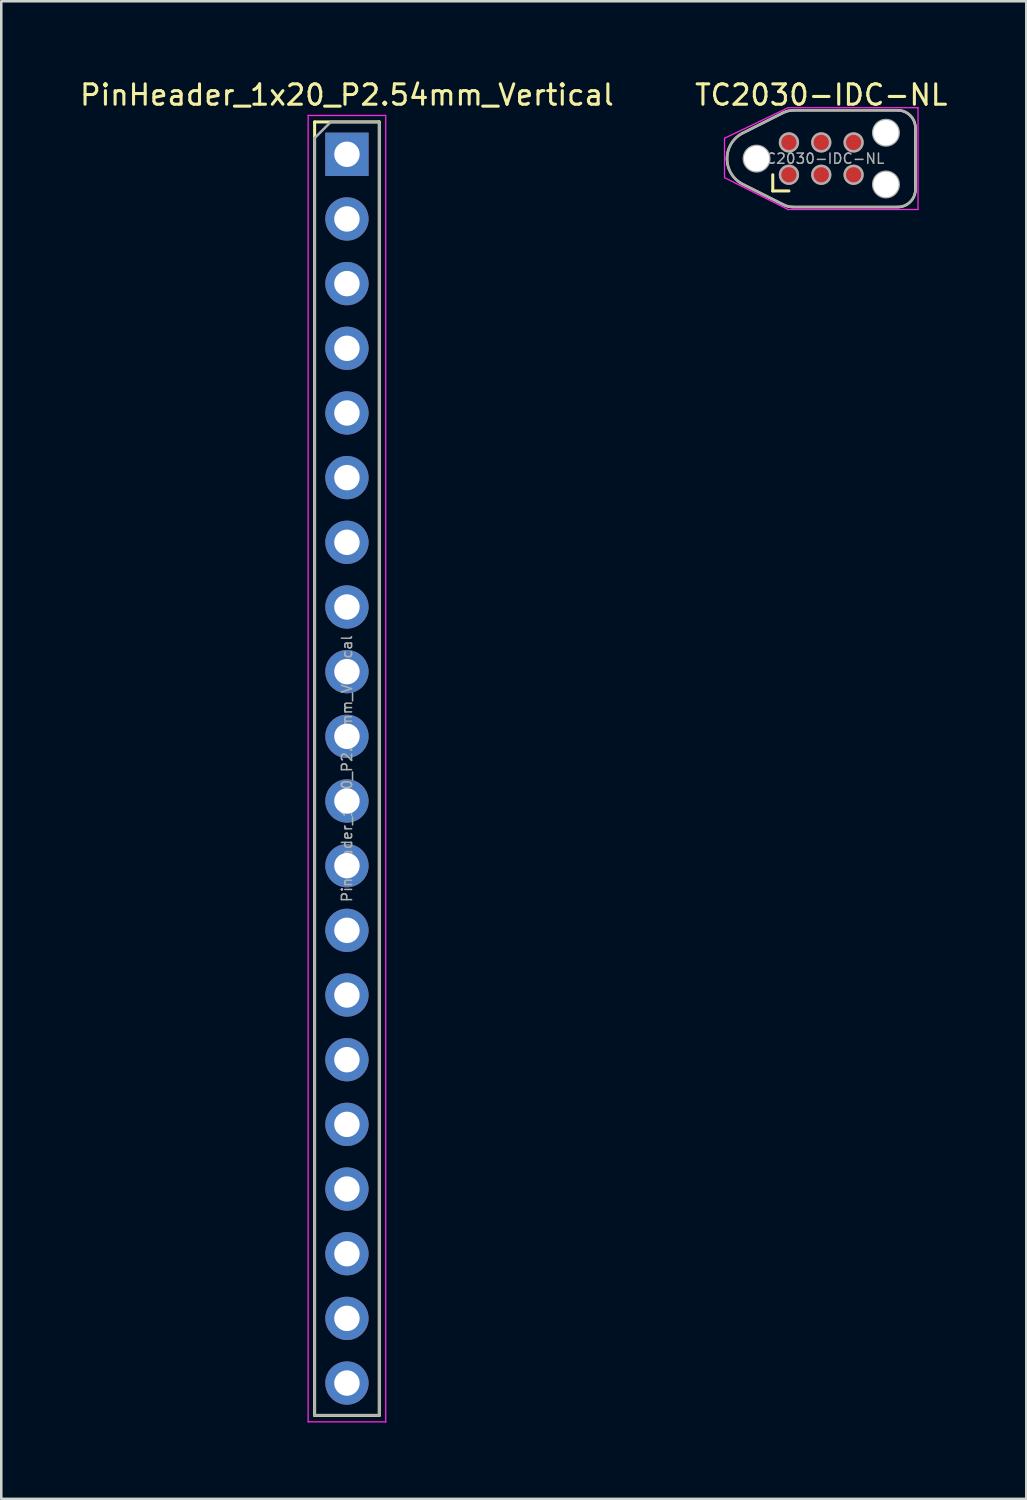
<source format=kicad_pcb>
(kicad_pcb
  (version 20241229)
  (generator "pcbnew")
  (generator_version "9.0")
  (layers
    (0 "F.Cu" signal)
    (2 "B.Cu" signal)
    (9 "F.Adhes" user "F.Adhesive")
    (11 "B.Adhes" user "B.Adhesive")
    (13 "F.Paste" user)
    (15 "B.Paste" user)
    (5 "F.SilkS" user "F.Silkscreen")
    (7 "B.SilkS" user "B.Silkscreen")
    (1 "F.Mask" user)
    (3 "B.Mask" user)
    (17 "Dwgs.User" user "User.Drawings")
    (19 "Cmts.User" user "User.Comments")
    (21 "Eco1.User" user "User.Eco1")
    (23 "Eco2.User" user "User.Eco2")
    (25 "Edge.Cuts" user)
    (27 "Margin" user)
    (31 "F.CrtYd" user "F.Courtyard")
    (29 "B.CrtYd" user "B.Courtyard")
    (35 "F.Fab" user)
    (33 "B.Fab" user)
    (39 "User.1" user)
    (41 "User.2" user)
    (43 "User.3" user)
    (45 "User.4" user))
  (footprint "TC2030-IDC-NL"
    (layer "F.Cu")
    (at 29.205 3.179)
    (property "Reference" "TC2030-IDC-NL" (at 0 -2.5 0) (layer "F.SilkS") (effects (font (size 0.8 0.8) (thickness 0.12))))
    (attr exclude_from_pos_files exclude_from_bom)
    (fp_line (start -1.905 1.27) (end -1.905 0.635) (stroke (width 0.12) (type solid)) (layer "F.SilkS"))
    (fp_line (start -1.27 1.27) (end -1.905 1.27) (stroke (width 0.12) (type solid)) (layer "F.SilkS"))
    (fp_poly (pts (arc (start -3.702156 0.002644) (mid -3.538208 -0.582537) (end -3.094091 -0.997356)) (arc (start -1.502156 -1.797356) (mid -1.307645 -1.86931) (end -1.102156 -1.897356)) (arc (start 2.997844 -1.897356) (mid 3.492819 -1.692331) (end 3.697844 -1.197356)) (arc (start 3.697844 1.202644) (mid 3.49429 1.69909) (end 2.997844 1.902644)) (arc (start -1.102156 1.902644) (mid -1.308311 1.877265) (end -1.502156 1.802644)) (arc (start -3.094091 1.002644) (mid -3.538205 0.587823) (end -3.702156 0.002644))) (stroke (width 0.1) (type solid)) (fill no) (layer "F.SilkS"))
    (fp_line (start -3.8 -0.8) (end -1.3 -2) (stroke (width 0.05) (type solid)) (layer "F.CrtYd"))
    (fp_line (start -3.8 0.75) (end -3.8 -0.8) (stroke (width 0.05) (type solid)) (layer "F.CrtYd"))
    (fp_line (start -1.3 -2) (end 3.8 -2) (stroke (width 0.05) (type solid)) (layer "F.CrtYd"))
    (fp_line (start -1.3 2) (end -3.8 0.75) (stroke (width 0.05) (type solid)) (layer "F.CrtYd"))
    (fp_line (start 3.8 -2) (end 3.8 2) (stroke (width 0.05) (type solid)) (layer "F.CrtYd"))
    (fp_line (start 3.8 2) (end -1.3 2) (stroke (width 0.05) (type solid)) (layer "F.CrtYd"))
    (fp_line (start -3.092 1) (end -1.5 1.8) (stroke (width 0.1) (type solid)) (layer "F.Fab"))
    (fp_line (start -1.5 -1.8) (end -3.092 -1) (stroke (width 0.1) (type solid)) (layer "F.Fab"))
    (fp_line (start -1.1 -1.9) (end 3 -1.9) (stroke (width 0.1) (type solid)) (layer "F.Fab"))
    (fp_line (start -1.1 1.9) (end 3 1.9) (stroke (width 0.1) (type solid)) (layer "F.Fab"))
    (fp_line (start 3.7 1.2) (end 3.7 -1.2) (stroke (width 0.1) (type solid)) (layer "F.Fab"))
    (fp_arc (start -3.7 0) (mid -3.536051 -0.58518) (end -3.091935 -1) (stroke (width 0.1) (type solid)) (layer "F.Fab"))
    (fp_arc (start -3.091935 1) (mid -3.536051 0.58518) (end -3.7 0) (stroke (width 0.1) (type solid)) (layer "F.Fab"))
    (fp_arc (start -1.5 -1.8) (mid -1.305489 -1.871955) (end -1.1 -1.9) (stroke (width 0.1) (type solid)) (layer "F.Fab"))
    (fp_arc (start -1.1 1.9) (mid -1.306155 1.874621) (end -1.5 1.8) (stroke (width 0.1) (type solid)) (layer "F.Fab"))
    (fp_arc (start 3 -1.9) (mid 3.494975 -1.694975) (end 3.7 -1.2) (stroke (width 0.1) (type solid)) (layer "F.Fab"))
    (fp_arc (start 3.7 1.2) (mid 3.496447 1.696447) (end 3 1.9) (stroke (width 0.1) (type solid)) (layer "F.Fab"))
    (fp_circle (center -2.54 0) (end -2.04 0) (stroke (width 0.1) (type solid)) (fill no) (layer "F.Fab"))
    (fp_circle (center -1.27 -0.635) (end -0.92 -0.635) (stroke (width 0.1) (type solid)) (fill no) (layer "F.Fab"))
    (fp_circle (center -1.27 0.635) (end -0.92 0.635) (stroke (width 0.1) (type solid)) (fill no) (layer "F.Fab"))
    (fp_circle (center 0 -0.635) (end 0.35 -0.635) (stroke (width 0.1) (type solid)) (fill no) (layer "F.Fab"))
    (fp_circle (center 0 0.635) (end 0.35 0.635) (stroke (width 0.1) (type solid)) (fill no) (layer "F.Fab"))
    (fp_circle (center 1.27 -0.635) (end 1.62 -0.635) (stroke (width 0.1) (type solid)) (fill no) (layer "F.Fab"))
    (fp_circle (center 1.27 0.635) (end 1.62 0.635) (stroke (width 0.1) (type solid)) (fill no) (layer "F.Fab"))
    (fp_circle (center 2.54 -1.016) (end 3.04 -1.016) (stroke (width 0.1) (type solid)) (fill no) (layer "F.Fab"))
    (fp_circle (center 2.54 1.016) (end 3.04 1.016) (stroke (width 0.1) (type solid)) (fill no) (layer "F.Fab"))
    (fp_text user "${REFERENCE}" (at 0 0 0) (layer "F.Fab") (effects (font (size 0.4 0.4) (thickness 0.06))))
    (pad "" np_thru_hole circle (at -2.54 0) (size 1 1) (drill 1) (layers "*.Cu" "*.Mask"))
    (pad "" np_thru_hole circle (at 2.54 -1.016) (size 1 1) (drill 1) (layers "*.Cu" "*.Mask"))
    (pad "" np_thru_hole circle (at 2.54 1.016) (size 1 1) (drill 1) (layers "*.Cu" "*.Mask"))
    (pad "1" connect circle (at -1.27 0.635) (size 0.787 0.787) (layers "F.Cu" "F.Mask"))
    (pad "2" connect circle (at -1.27 -0.635) (size 0.787 0.787) (layers "F.Cu" "F.Mask"))
    (pad "3" connect circle (at 0 0.635) (size 0.787 0.787) (layers "F.Cu" "F.Mask"))
    (pad "4" connect circle (at 0 -0.635) (size 0.787 0.787) (layers "F.Cu" "F.Mask"))
    (pad "5" connect circle (at 1.27 0.635) (size 0.787 0.787) (layers "F.Cu" "F.Mask"))
    (pad "6" connect circle (at 1.27 -0.635) (size 0.787 0.787) (layers "F.Cu" "F.Mask")))
  (footprint "PinHeader_1x20_P2.54mm_Vertical"
    (layer "F.Cu")
    (at 10.576 3.009)
    (property "Reference" "PinHeader_1x20_P2.54mm_Vertical" (at 0 -2.33 0) (layer "F.SilkS") (effects (font (size 0.8 0.8) (thickness 0.12))))
    (attr through_hole)
    (fp_line (start -1.27 -1.27) (end -1.27 49.53) (stroke (width 0.12) (type solid)) (layer "F.SilkS"))
    (fp_line (start -1.27 -1.27) (end 1.27 -1.27) (stroke (width 0.12) (type solid)) (layer "F.SilkS"))
    (fp_line (start -1.27 49.53) (end 1.27 49.53) (stroke (width 0.12) (type solid)) (layer "F.SilkS"))
    (fp_line (start 1.27 -1.27) (end 1.27 49.53) (stroke (width 0.12) (type solid)) (layer "F.SilkS"))
    (fp_line (start -1.524 -1.524) (end -1.524 49.784) (stroke (width 0.05) (type solid)) (layer "F.CrtYd"))
    (fp_line (start -1.524 49.784) (end 1.524 49.784) (stroke (width 0.05) (type solid)) (layer "F.CrtYd"))
    (fp_line (start 1.524 -1.524) (end -1.524 -1.524) (stroke (width 0.05) (type solid)) (layer "F.CrtYd"))
    (fp_line (start 1.524 49.784) (end 1.524 -1.524) (stroke (width 0.05) (type solid)) (layer "F.CrtYd"))
    (fp_line (start -1.27 -0.635) (end -0.635 -1.27) (stroke (width 0.1) (type solid)) (layer "F.Fab"))
    (fp_line (start -1.27 49.53) (end -1.27 -0.635) (stroke (width 0.1) (type solid)) (layer "F.Fab"))
    (fp_line (start -0.635 -1.27) (end 1.27 -1.27) (stroke (width 0.1) (type solid)) (layer "F.Fab"))
    (fp_line (start 1.27 -1.27) (end 1.27 49.53) (stroke (width 0.1) (type solid)) (layer "F.Fab"))
    (fp_line (start 1.27 49.53) (end -1.27 49.53) (stroke (width 0.1) (type solid)) (layer "F.Fab"))
    (fp_text user "${REFERENCE}" (at 0 24.13 90) (layer "F.Fab") (effects (font (size 0.4 0.4) (thickness 0.06))))
    (pad "1" thru_hole rect (at 0 0) (size 1.7 1.7) (drill 1) (layers "*.Cu" "*.Mask"))
    (pad "2" thru_hole oval (at 0 2.54) (size 1.7 1.7) (drill 1) (layers "*.Cu" "*.Mask"))
    (pad "3" thru_hole oval (at 0 5.08) (size 1.7 1.7) (drill 1) (layers "*.Cu" "*.Mask"))
    (pad "4" thru_hole oval (at 0 7.62) (size 1.7 1.7) (drill 1) (layers "*.Cu" "*.Mask"))
    (pad "5" thru_hole oval (at 0 10.16) (size 1.7 1.7) (drill 1) (layers "*.Cu" "*.Mask"))
    (pad "6" thru_hole oval (at 0 12.7) (size 1.7 1.7) (drill 1) (layers "*.Cu" "*.Mask"))
    (pad "7" thru_hole oval (at 0 15.24) (size 1.7 1.7) (drill 1) (layers "*.Cu" "*.Mask"))
    (pad "8" thru_hole oval (at 0 17.78) (size 1.7 1.7) (drill 1) (layers "*.Cu" "*.Mask"))
    (pad "9" thru_hole oval (at 0 20.32) (size 1.7 1.7) (drill 1) (layers "*.Cu" "*.Mask"))
    (pad "10" thru_hole oval (at 0 22.86) (size 1.7 1.7) (drill 1) (layers "*.Cu" "*.Mask"))
    (pad "11" thru_hole oval (at 0 25.4) (size 1.7 1.7) (drill 1) (layers "*.Cu" "*.Mask"))
    (pad "12" thru_hole oval (at 0 27.94) (size 1.7 1.7) (drill 1) (layers "*.Cu" "*.Mask"))
    (pad "13" thru_hole oval (at 0 30.48) (size 1.7 1.7) (drill 1) (layers "*.Cu" "*.Mask"))
    (pad "14" thru_hole oval (at 0 33.02) (size 1.7 1.7) (drill 1) (layers "*.Cu" "*.Mask"))
    (pad "15" thru_hole oval (at 0 35.56) (size 1.7 1.7) (drill 1) (layers "*.Cu" "*.Mask"))
    (pad "16" thru_hole oval (at 0 38.1) (size 1.7 1.7) (drill 1) (layers "*.Cu" "*.Mask"))
    (pad "17" thru_hole oval (at 0 40.64) (size 1.7 1.7) (drill 1) (layers "*.Cu" "*.Mask"))
    (pad "18" thru_hole oval (at 0 43.18) (size 1.7 1.7) (drill 1) (layers "*.Cu" "*.Mask"))
    (pad "19" thru_hole oval (at 0 45.72) (size 1.7 1.7) (drill 1) (layers "*.Cu" "*.Mask"))
    (pad "20" thru_hole oval (at 0 48.26) (size 1.7 1.7) (drill 1) (layers "*.Cu" "*.Mask")))
  (gr_rect
    (start -3 -3)
    (end 37.257 55.818)
    (stroke (width 0.1) (type default))
    (fill no)
    (layer "Edge.Cuts")))
</source>
